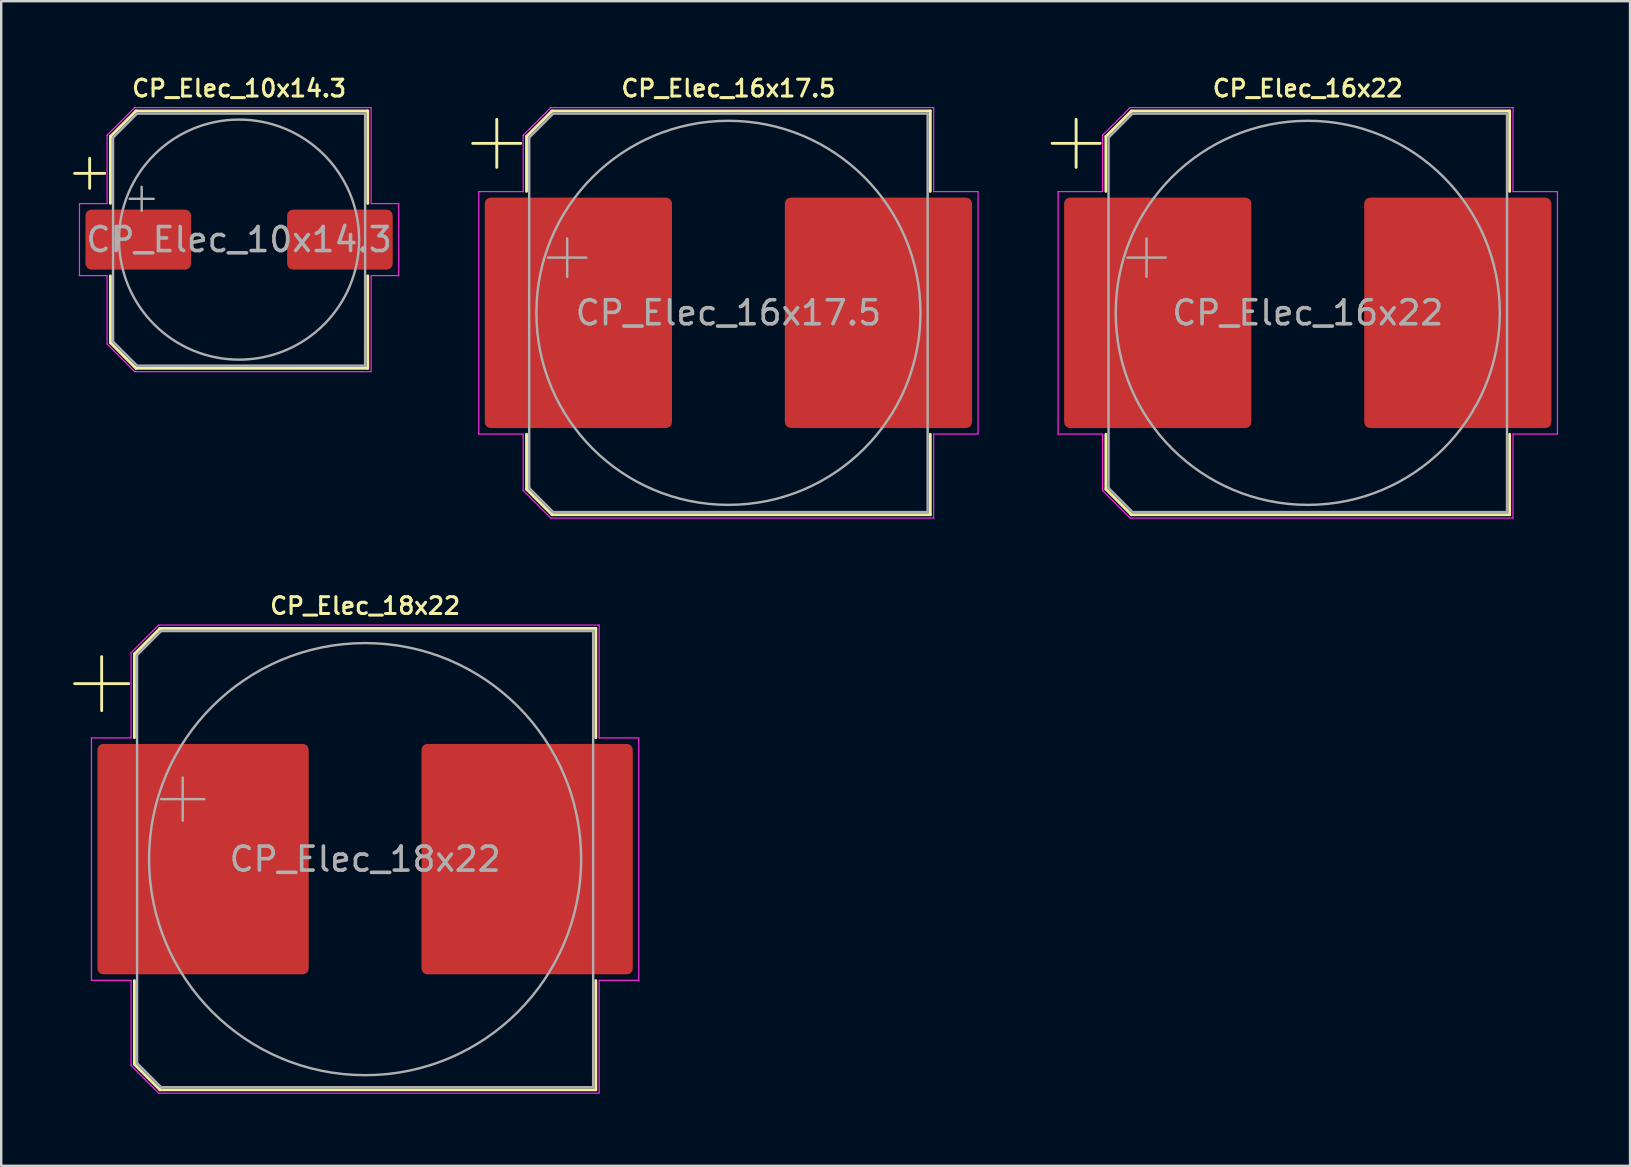
<source format=kicad_pcb>
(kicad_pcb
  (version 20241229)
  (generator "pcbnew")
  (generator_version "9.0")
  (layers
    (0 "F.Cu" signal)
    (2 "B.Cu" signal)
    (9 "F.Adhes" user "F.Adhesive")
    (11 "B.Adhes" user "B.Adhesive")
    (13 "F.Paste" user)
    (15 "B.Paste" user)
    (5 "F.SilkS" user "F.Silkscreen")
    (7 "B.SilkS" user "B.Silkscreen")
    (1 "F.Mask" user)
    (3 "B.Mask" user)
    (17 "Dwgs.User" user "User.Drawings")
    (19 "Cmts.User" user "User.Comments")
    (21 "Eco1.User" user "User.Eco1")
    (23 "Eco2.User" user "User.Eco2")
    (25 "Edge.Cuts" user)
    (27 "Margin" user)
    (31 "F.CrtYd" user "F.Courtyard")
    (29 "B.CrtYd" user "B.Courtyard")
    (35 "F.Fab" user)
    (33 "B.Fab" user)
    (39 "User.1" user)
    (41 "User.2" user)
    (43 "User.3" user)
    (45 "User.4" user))
  (footprint "CP_Elec_16x22"
    (layer "F.Cu")
    (at 51.43 9.982)
    (property "Reference" "CP_Elec_16x22" (at 0 -9.35 0) (layer "F.SilkS") (effects (font (size 0.7 0.7) (thickness 0.127))))
    (attr smd)
    (fp_line (start -10.65 -7.06) (end -8.65 -7.06) (stroke (width 0.12) (type solid)) (layer "F.SilkS"))
    (fp_line (start -9.65 -8.06) (end -9.65 -6.06) (stroke (width 0.12) (type solid)) (layer "F.SilkS"))
    (fp_line (start -8.41 -7.346) (end -8.41 -5.06) (stroke (width 0.12) (type solid)) (layer "F.SilkS"))
    (fp_line (start -8.41 -7.346) (end -7.346 -8.41) (stroke (width 0.12) (type solid)) (layer "F.SilkS"))
    (fp_line (start -8.41 7.346) (end -8.41 5.06) (stroke (width 0.12) (type solid)) (layer "F.SilkS"))
    (fp_line (start -8.41 7.346) (end -7.346 8.41) (stroke (width 0.12) (type solid)) (layer "F.SilkS"))
    (fp_line (start -7.346 -8.41) (end 8.41 -8.41) (stroke (width 0.12) (type solid)) (layer "F.SilkS"))
    (fp_line (start -7.346 8.41) (end 8.41 8.41) (stroke (width 0.12) (type solid)) (layer "F.SilkS"))
    (fp_line (start 8.41 -8.41) (end 8.41 -5.06) (stroke (width 0.12) (type solid)) (layer "F.SilkS"))
    (fp_line (start 8.41 8.41) (end 8.41 5.06) (stroke (width 0.12) (type solid)) (layer "F.SilkS"))
    (fp_line (start -10.4 -5.05) (end -10.4 5.05) (stroke (width 0.05) (type solid)) (layer "F.CrtYd"))
    (fp_line (start -10.4 5.05) (end -8.55 5.05) (stroke (width 0.05) (type solid)) (layer "F.CrtYd"))
    (fp_line (start -8.55 -7.4) (end -8.55 -5.05) (stroke (width 0.05) (type solid)) (layer "F.CrtYd"))
    (fp_line (start -8.55 -7.4) (end -7.4 -8.55) (stroke (width 0.05) (type solid)) (layer "F.CrtYd"))
    (fp_line (start -8.55 -5.05) (end -10.4 -5.05) (stroke (width 0.05) (type solid)) (layer "F.CrtYd"))
    (fp_line (start -8.55 5.05) (end -8.55 7.4) (stroke (width 0.05) (type solid)) (layer "F.CrtYd"))
    (fp_line (start -8.55 7.4) (end -7.4 8.55) (stroke (width 0.05) (type solid)) (layer "F.CrtYd"))
    (fp_line (start -7.4 -8.55) (end 8.55 -8.55) (stroke (width 0.05) (type solid)) (layer "F.CrtYd"))
    (fp_line (start -7.4 8.55) (end 8.55 8.55) (stroke (width 0.05) (type solid)) (layer "F.CrtYd"))
    (fp_line (start 8.55 -8.55) (end 8.55 -5.05) (stroke (width 0.05) (type solid)) (layer "F.CrtYd"))
    (fp_line (start 8.55 -5.05) (end 10.4 -5.05) (stroke (width 0.05) (type solid)) (layer "F.CrtYd"))
    (fp_line (start 8.55 5.05) (end 8.55 8.55) (stroke (width 0.05) (type solid)) (layer "F.CrtYd"))
    (fp_line (start 10.4 -5.05) (end 10.4 5.05) (stroke (width 0.05) (type solid)) (layer "F.CrtYd"))
    (fp_line (start 10.4 5.05) (end 8.55 5.05) (stroke (width 0.05) (type solid)) (layer "F.CrtYd"))
    (fp_line (start -8.3 -7.3) (end -8.3 7.3) (stroke (width 0.1) (type solid)) (layer "F.Fab"))
    (fp_line (start -8.3 -7.3) (end -7.3 -8.3) (stroke (width 0.1) (type solid)) (layer "F.Fab"))
    (fp_line (start -8.3 7.3) (end -7.3 8.3) (stroke (width 0.1) (type solid)) (layer "F.Fab"))
    (fp_line (start -7.517 -2.3) (end -5.917 -2.3) (stroke (width 0.1) (type solid)) (layer "F.Fab"))
    (fp_line (start -7.3 -8.3) (end 8.3 -8.3) (stroke (width 0.1) (type solid)) (layer "F.Fab"))
    (fp_line (start -7.3 8.3) (end 8.3 8.3) (stroke (width 0.1) (type solid)) (layer "F.Fab"))
    (fp_line (start -6.717 -3.1) (end -6.717 -1.5) (stroke (width 0.1) (type solid)) (layer "F.Fab"))
    (fp_line (start 8.3 -8.3) (end 8.3 8.3) (stroke (width 0.1) (type solid)) (layer "F.Fab"))
    (fp_circle (center 0 0) (end 8 0) (stroke (width 0.1) (type solid)) (fill no) (layer "F.Fab"))
    (fp_text user "${REFERENCE}" (at 0 0 0) (layer "F.Fab") (effects (font (size 1 1) (thickness 0.15))))
    (pad "1" smd roundrect (at -6.25 0) (size 7.8 9.6) (layers "F.Cu" "F.Mask" "F.Paste") (roundrect_rratio 0.032))
    (pad "2" smd roundrect (at 6.25 0) (size 7.8 9.6) (layers "F.Cu" "F.Mask" "F.Paste") (roundrect_rratio 0.032)))
  (footprint "CP_Elec_10x14.3"
    (layer "F.Cu")
    (at 6.91 6.932)
    (property "Reference" "CP_Elec_10x14.3" (at 0 -6.3 0) (layer "F.SilkS") (effects (font (size 0.7 0.7) (thickness 0.127))))
    (attr smd)
    (fp_line (start -6.85 -2.76) (end -5.6 -2.76) (stroke (width 0.12) (type solid)) (layer "F.SilkS"))
    (fp_line (start -6.225 -3.385) (end -6.225 -2.135) (stroke (width 0.12) (type solid)) (layer "F.SilkS"))
    (fp_line (start -5.36 -4.296) (end -5.36 -1.51) (stroke (width 0.12) (type solid)) (layer "F.SilkS"))
    (fp_line (start -5.36 -4.296) (end -4.296 -5.36) (stroke (width 0.12) (type solid)) (layer "F.SilkS"))
    (fp_line (start -5.36 4.296) (end -5.36 1.51) (stroke (width 0.12) (type solid)) (layer "F.SilkS"))
    (fp_line (start -5.36 4.296) (end -4.296 5.36) (stroke (width 0.12) (type solid)) (layer "F.SilkS"))
    (fp_line (start -4.296 -5.36) (end 5.36 -5.36) (stroke (width 0.12) (type solid)) (layer "F.SilkS"))
    (fp_line (start -4.296 5.36) (end 5.36 5.36) (stroke (width 0.12) (type solid)) (layer "F.SilkS"))
    (fp_line (start 5.36 -5.36) (end 5.36 -1.51) (stroke (width 0.12) (type solid)) (layer "F.SilkS"))
    (fp_line (start 5.36 5.36) (end 5.36 1.51) (stroke (width 0.12) (type solid)) (layer "F.SilkS"))
    (fp_line (start -6.65 -1.5) (end -6.65 1.5) (stroke (width 0.05) (type solid)) (layer "F.CrtYd"))
    (fp_line (start -6.65 1.5) (end -5.5 1.5) (stroke (width 0.05) (type solid)) (layer "F.CrtYd"))
    (fp_line (start -5.5 -4.35) (end -5.5 -1.5) (stroke (width 0.05) (type solid)) (layer "F.CrtYd"))
    (fp_line (start -5.5 -4.35) (end -4.35 -5.5) (stroke (width 0.05) (type solid)) (layer "F.CrtYd"))
    (fp_line (start -5.5 -1.5) (end -6.65 -1.5) (stroke (width 0.05) (type solid)) (layer "F.CrtYd"))
    (fp_line (start -5.5 1.5) (end -5.5 4.35) (stroke (width 0.05) (type solid)) (layer "F.CrtYd"))
    (fp_line (start -5.5 4.35) (end -4.35 5.5) (stroke (width 0.05) (type solid)) (layer "F.CrtYd"))
    (fp_line (start -4.35 -5.5) (end 5.5 -5.5) (stroke (width 0.05) (type solid)) (layer "F.CrtYd"))
    (fp_line (start -4.35 5.5) (end 5.5 5.5) (stroke (width 0.05) (type solid)) (layer "F.CrtYd"))
    (fp_line (start 5.5 -5.5) (end 5.5 -1.5) (stroke (width 0.05) (type solid)) (layer "F.CrtYd"))
    (fp_line (start 5.5 -1.5) (end 6.65 -1.5) (stroke (width 0.05) (type solid)) (layer "F.CrtYd"))
    (fp_line (start 5.5 1.5) (end 5.5 5.5) (stroke (width 0.05) (type solid)) (layer "F.CrtYd"))
    (fp_line (start 6.65 -1.5) (end 6.65 1.5) (stroke (width 0.05) (type solid)) (layer "F.CrtYd"))
    (fp_line (start 6.65 1.5) (end 5.5 1.5) (stroke (width 0.05) (type solid)) (layer "F.CrtYd"))
    (fp_line (start -5.25 -4.25) (end -5.25 4.25) (stroke (width 0.1) (type solid)) (layer "F.Fab"))
    (fp_line (start -5.25 -4.25) (end -4.25 -5.25) (stroke (width 0.1) (type solid)) (layer "F.Fab"))
    (fp_line (start -5.25 4.25) (end -4.25 5.25) (stroke (width 0.1) (type solid)) (layer "F.Fab"))
    (fp_line (start -4.558 -1.7) (end -3.558 -1.7) (stroke (width 0.1) (type solid)) (layer "F.Fab"))
    (fp_line (start -4.25 -5.25) (end 5.25 -5.25) (stroke (width 0.1) (type solid)) (layer "F.Fab"))
    (fp_line (start -4.25 5.25) (end 5.25 5.25) (stroke (width 0.1) (type solid)) (layer "F.Fab"))
    (fp_line (start -4.058 -2.2) (end -4.058 -1.2) (stroke (width 0.1) (type solid)) (layer "F.Fab"))
    (fp_line (start 5.25 -5.25) (end 5.25 5.25) (stroke (width 0.1) (type solid)) (layer "F.Fab"))
    (fp_circle (center 0 0) (end 5 0) (stroke (width 0.1) (type solid)) (fill no) (layer "F.Fab"))
    (fp_text user "${REFERENCE}" (at 0 0 0) (layer "F.Fab") (effects (font (size 1 1) (thickness 0.15))))
    (pad "1" smd roundrect (at -4.2 0) (size 4.4 2.5) (layers "F.Cu" "F.Mask" "F.Paste") (roundrect_rratio 0.1))
    (pad "2" smd roundrect (at 4.2 0) (size 4.4 2.5) (layers "F.Cu" "F.Mask" "F.Paste") (roundrect_rratio 0.1)))
  (footprint "CP_Elec_18x22"
    (layer "F.Cu")
    (at 12.16 32.74)
    (property "Reference" "CP_Elec_18x22" (at 0 -10.55 0) (layer "F.SilkS") (effects (font (size 0.7 0.7) (thickness 0.127))))
    (attr smd)
    (fp_line (start -12.1 -7.31) (end -9.85 -7.31) (stroke (width 0.12) (type solid)) (layer "F.SilkS"))
    (fp_line (start -10.975 -8.435) (end -10.975 -6.185) (stroke (width 0.12) (type solid)) (layer "F.SilkS"))
    (fp_line (start -9.61 -8.546) (end -9.61 -5.06) (stroke (width 0.12) (type solid)) (layer "F.SilkS"))
    (fp_line (start -9.61 -8.546) (end -8.546 -9.61) (stroke (width 0.12) (type solid)) (layer "F.SilkS"))
    (fp_line (start -9.61 8.546) (end -9.61 5.06) (stroke (width 0.12) (type solid)) (layer "F.SilkS"))
    (fp_line (start -9.61 8.546) (end -8.546 9.61) (stroke (width 0.12) (type solid)) (layer "F.SilkS"))
    (fp_line (start -8.546 -9.61) (end 9.61 -9.61) (stroke (width 0.12) (type solid)) (layer "F.SilkS"))
    (fp_line (start -8.546 9.61) (end 9.61 9.61) (stroke (width 0.12) (type solid)) (layer "F.SilkS"))
    (fp_line (start 9.61 -9.61) (end 9.61 -5.06) (stroke (width 0.12) (type solid)) (layer "F.SilkS"))
    (fp_line (start 9.61 9.61) (end 9.61 5.06) (stroke (width 0.12) (type solid)) (layer "F.SilkS"))
    (fp_line (start -11.4 -5.05) (end -11.4 5.05) (stroke (width 0.05) (type solid)) (layer "F.CrtYd"))
    (fp_line (start -11.4 5.05) (end -9.75 5.05) (stroke (width 0.05) (type solid)) (layer "F.CrtYd"))
    (fp_line (start -9.75 -8.6) (end -9.75 -5.05) (stroke (width 0.05) (type solid)) (layer "F.CrtYd"))
    (fp_line (start -9.75 -8.6) (end -8.6 -9.75) (stroke (width 0.05) (type solid)) (layer "F.CrtYd"))
    (fp_line (start -9.75 -5.05) (end -11.4 -5.05) (stroke (width 0.05) (type solid)) (layer "F.CrtYd"))
    (fp_line (start -9.75 5.05) (end -9.75 8.6) (stroke (width 0.05) (type solid)) (layer "F.CrtYd"))
    (fp_line (start -9.75 8.6) (end -8.6 9.75) (stroke (width 0.05) (type solid)) (layer "F.CrtYd"))
    (fp_line (start -8.6 -9.75) (end 9.75 -9.75) (stroke (width 0.05) (type solid)) (layer "F.CrtYd"))
    (fp_line (start -8.6 9.75) (end 9.75 9.75) (stroke (width 0.05) (type solid)) (layer "F.CrtYd"))
    (fp_line (start 9.75 -9.75) (end 9.75 -5.05) (stroke (width 0.05) (type solid)) (layer "F.CrtYd"))
    (fp_line (start 9.75 -5.05) (end 11.4 -5.05) (stroke (width 0.05) (type solid)) (layer "F.CrtYd"))
    (fp_line (start 9.75 5.05) (end 9.75 9.75) (stroke (width 0.05) (type solid)) (layer "F.CrtYd"))
    (fp_line (start 11.4 -5.05) (end 11.4 5.05) (stroke (width 0.05) (type solid)) (layer "F.CrtYd"))
    (fp_line (start 11.4 5.05) (end 9.75 5.05) (stroke (width 0.05) (type solid)) (layer "F.CrtYd"))
    (fp_line (start -9.5 -8.5) (end -9.5 8.5) (stroke (width 0.1) (type solid)) (layer "F.Fab"))
    (fp_line (start -9.5 -8.5) (end -8.5 -9.5) (stroke (width 0.1) (type solid)) (layer "F.Fab"))
    (fp_line (start -9.5 8.5) (end -8.5 9.5) (stroke (width 0.1) (type solid)) (layer "F.Fab"))
    (fp_line (start -8.5 -9.5) (end 9.5 -9.5) (stroke (width 0.1) (type solid)) (layer "F.Fab"))
    (fp_line (start -8.5 9.5) (end 9.5 9.5) (stroke (width 0.1) (type solid)) (layer "F.Fab"))
    (fp_line (start -8.499 -2.5) (end -6.699 -2.5) (stroke (width 0.1) (type solid)) (layer "F.Fab"))
    (fp_line (start -7.599 -3.4) (end -7.599 -1.6) (stroke (width 0.1) (type solid)) (layer "F.Fab"))
    (fp_line (start 9.5 -9.5) (end 9.5 9.5) (stroke (width 0.1) (type solid)) (layer "F.Fab"))
    (fp_circle (center 0 0) (end 9 0) (stroke (width 0.1) (type solid)) (fill no) (layer "F.Fab"))
    (fp_text user "${REFERENCE}" (at 0 0 0) (layer "F.Fab") (effects (font (size 1 1) (thickness 0.15))))
    (pad "1" smd roundrect (at -6.75 0) (size 8.8 9.6) (layers "F.Cu" "F.Mask" "F.Paste") (roundrect_rratio 0.028))
    (pad "2" smd roundrect (at 6.75 0) (size 8.8 9.6) (layers "F.Cu" "F.Mask" "F.Paste") (roundrect_rratio 0.028)))
  (footprint "CP_Elec_16x17.5"
    (layer "F.Cu")
    (at 27.295 9.982)
    (property "Reference" "CP_Elec_16x17.5" (at 0 -9.35 0) (layer "F.SilkS") (effects (font (size 0.7 0.7) (thickness 0.127))))
    (attr smd)
    (fp_line (start -10.65 -7.06) (end -8.65 -7.06) (stroke (width 0.12) (type solid)) (layer "F.SilkS"))
    (fp_line (start -9.65 -8.06) (end -9.65 -6.06) (stroke (width 0.12) (type solid)) (layer "F.SilkS"))
    (fp_line (start -8.41 -7.346) (end -8.41 -5.06) (stroke (width 0.12) (type solid)) (layer "F.SilkS"))
    (fp_line (start -8.41 -7.346) (end -7.346 -8.41) (stroke (width 0.12) (type solid)) (layer "F.SilkS"))
    (fp_line (start -8.41 7.346) (end -8.41 5.06) (stroke (width 0.12) (type solid)) (layer "F.SilkS"))
    (fp_line (start -8.41 7.346) (end -7.346 8.41) (stroke (width 0.12) (type solid)) (layer "F.SilkS"))
    (fp_line (start -7.346 -8.41) (end 8.41 -8.41) (stroke (width 0.12) (type solid)) (layer "F.SilkS"))
    (fp_line (start -7.346 8.41) (end 8.41 8.41) (stroke (width 0.12) (type solid)) (layer "F.SilkS"))
    (fp_line (start 8.41 -8.41) (end 8.41 -5.06) (stroke (width 0.12) (type solid)) (layer "F.SilkS"))
    (fp_line (start 8.41 8.41) (end 8.41 5.06) (stroke (width 0.12) (type solid)) (layer "F.SilkS"))
    (fp_line (start -10.4 -5.05) (end -10.4 5.05) (stroke (width 0.05) (type solid)) (layer "F.CrtYd"))
    (fp_line (start -10.4 5.05) (end -8.55 5.05) (stroke (width 0.05) (type solid)) (layer "F.CrtYd"))
    (fp_line (start -8.55 -7.4) (end -8.55 -5.05) (stroke (width 0.05) (type solid)) (layer "F.CrtYd"))
    (fp_line (start -8.55 -7.4) (end -7.4 -8.55) (stroke (width 0.05) (type solid)) (layer "F.CrtYd"))
    (fp_line (start -8.55 -5.05) (end -10.4 -5.05) (stroke (width 0.05) (type solid)) (layer "F.CrtYd"))
    (fp_line (start -8.55 5.05) (end -8.55 7.4) (stroke (width 0.05) (type solid)) (layer "F.CrtYd"))
    (fp_line (start -8.55 7.4) (end -7.4 8.55) (stroke (width 0.05) (type solid)) (layer "F.CrtYd"))
    (fp_line (start -7.4 -8.55) (end 8.55 -8.55) (stroke (width 0.05) (type solid)) (layer "F.CrtYd"))
    (fp_line (start -7.4 8.55) (end 8.55 8.55) (stroke (width 0.05) (type solid)) (layer "F.CrtYd"))
    (fp_line (start 8.55 -8.55) (end 8.55 -5.05) (stroke (width 0.05) (type solid)) (layer "F.CrtYd"))
    (fp_line (start 8.55 -5.05) (end 10.4 -5.05) (stroke (width 0.05) (type solid)) (layer "F.CrtYd"))
    (fp_line (start 8.55 5.05) (end 8.55 8.55) (stroke (width 0.05) (type solid)) (layer "F.CrtYd"))
    (fp_line (start 10.4 -5.05) (end 10.4 5.05) (stroke (width 0.05) (type solid)) (layer "F.CrtYd"))
    (fp_line (start 10.4 5.05) (end 8.55 5.05) (stroke (width 0.05) (type solid)) (layer "F.CrtYd"))
    (fp_line (start -8.3 -7.3) (end -8.3 7.3) (stroke (width 0.1) (type solid)) (layer "F.Fab"))
    (fp_line (start -8.3 -7.3) (end -7.3 -8.3) (stroke (width 0.1) (type solid)) (layer "F.Fab"))
    (fp_line (start -8.3 7.3) (end -7.3 8.3) (stroke (width 0.1) (type solid)) (layer "F.Fab"))
    (fp_line (start -7.517 -2.3) (end -5.917 -2.3) (stroke (width 0.1) (type solid)) (layer "F.Fab"))
    (fp_line (start -7.3 -8.3) (end 8.3 -8.3) (stroke (width 0.1) (type solid)) (layer "F.Fab"))
    (fp_line (start -7.3 8.3) (end 8.3 8.3) (stroke (width 0.1) (type solid)) (layer "F.Fab"))
    (fp_line (start -6.717 -3.1) (end -6.717 -1.5) (stroke (width 0.1) (type solid)) (layer "F.Fab"))
    (fp_line (start 8.3 -8.3) (end 8.3 8.3) (stroke (width 0.1) (type solid)) (layer "F.Fab"))
    (fp_circle (center 0 0) (end 8 0) (stroke (width 0.1) (type solid)) (fill no) (layer "F.Fab"))
    (fp_text user "${REFERENCE}" (at 0 0 0) (layer "F.Fab") (effects (font (size 1 1) (thickness 0.15))))
    (pad "1" smd roundrect (at -6.25 0) (size 7.8 9.6) (layers "F.Cu" "F.Mask" "F.Paste") (roundrect_rratio 0.032))
    (pad "2" smd roundrect (at 6.25 0) (size 7.8 9.6) (layers "F.Cu" "F.Mask" "F.Paste") (roundrect_rratio 0.032)))
  (gr_rect
    (start -3 -3)
    (end 64.855 45.515)
    (stroke (width 0.1) (type default))
    (fill no)
    (layer "Edge.Cuts")))
</source>
